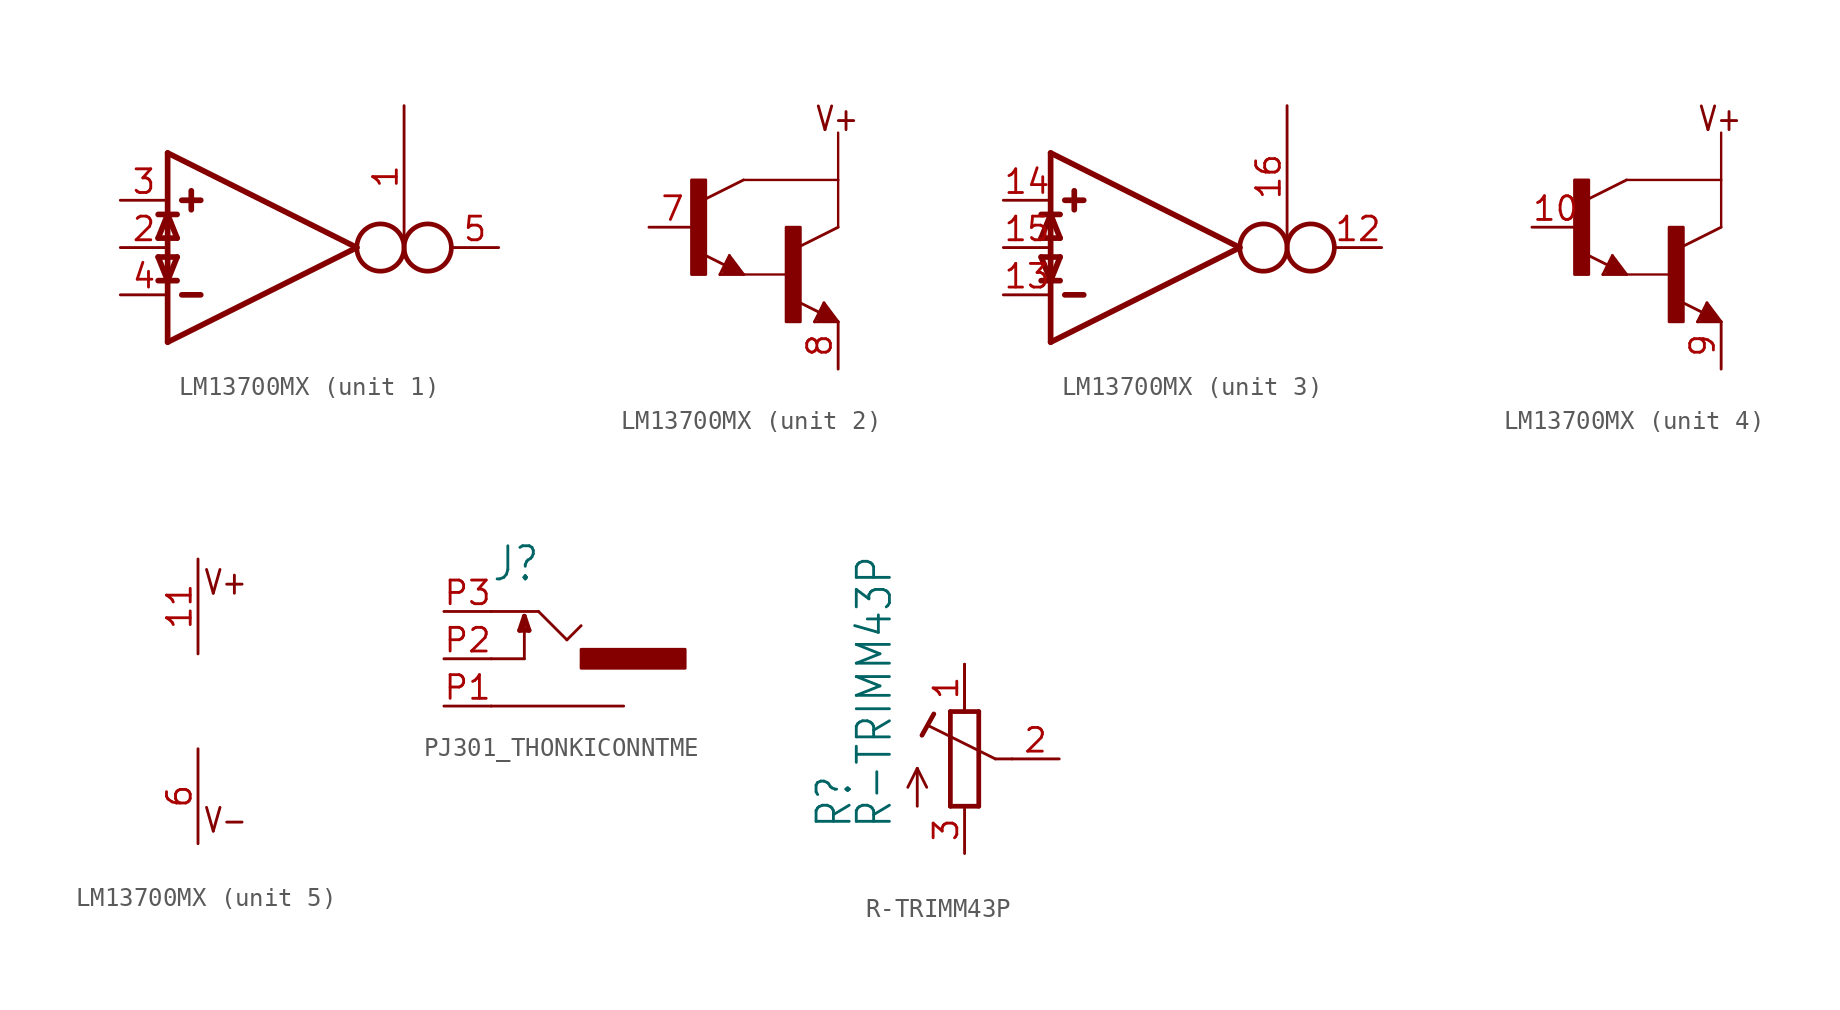
<source format=kicad_sym>
(kicad_symbol_lib
  (version 20211014)
  (generator kicad_symbol_editor)
  (symbol "LM13700MX"
    (property "Reference" "IC"
      (at 5.08 2.54 0)
      (effects (font (size 1.778 1.511)) (justify left bottom) hide))
    (property "ki_locked" ""
      (at 0 0 0)
      (effects (font (size 1.27 1.27))))
    (symbol "LM13700MX_1_0"
      (polyline (pts (xy -5.588 -0.508) (xy -5.08 -1.778)) (stroke (width 0.305) (type default) (color 0 0 0 0)) (fill (type none)))
      (polyline (pts (xy -5.588 0.508) (xy -4.572 0.508)) (stroke (width 0.305) (type default) (color 0 0 0 0)) (fill (type none)))
      (polyline (pts (xy -5.588 1.778) (xy -4.572 1.778)) (stroke (width 0.305) (type default) (color 0 0 0 0)) (fill (type none)))
      (polyline (pts (xy -5.08 -5.08) (xy 5.08 0)) (stroke (width 0.305) (type default) (color 0 0 0 0)) (fill (type none)))
      (polyline (pts (xy -5.08 -1.778) (xy -4.572 -0.508)) (stroke (width 0.305) (type default) (color 0 0 0 0)) (fill (type none)))
      (polyline (pts (xy -5.08 1.778) (xy -5.588 0.508)) (stroke (width 0.305) (type default) (color 0 0 0 0)) (fill (type none)))
      (polyline (pts (xy -5.08 5.08) (xy -5.08 -5.08)) (stroke (width 0.305) (type default) (color 0 0 0 0)) (fill (type none)))
      (polyline (pts (xy -4.572 -1.778) (xy -5.588 -1.778)) (stroke (width 0.305) (type default) (color 0 0 0 0)) (fill (type none)))
      (polyline (pts (xy -4.572 -0.508) (xy -5.588 -0.508)) (stroke (width 0.305) (type default) (color 0 0 0 0)) (fill (type none)))
      (polyline (pts (xy -4.572 0.508) (xy -5.08 1.778)) (stroke (width 0.305) (type default) (color 0 0 0 0)) (fill (type none)))
      (polyline (pts (xy -4.318 -2.54) (xy -3.302 -2.54)) (stroke (width 0.305) (type default) (color 0 0 0 0)) (fill (type none)))
      (polyline (pts (xy -4.318 2.54) (xy -3.302 2.54)) (stroke (width 0.305) (type default) (color 0 0 0 0)) (fill (type none)))
      (polyline (pts (xy -3.81 3.048) (xy -3.81 2.032)) (stroke (width 0.305) (type default) (color 0 0 0 0)) (fill (type none)))
      (polyline (pts (xy 5.08 0) (xy -5.08 5.08)) (stroke (width 0.305) (type default) (color 0 0 0 0)) (fill (type none)))
      (circle (center 6.35 0) (radius 1.27) (stroke (width 0.254) (type default) (color 0 0 0 0)) (fill (type none)))
      (circle (center 8.89 0) (radius 1.27) (stroke (width 0.254) (type default) (color 0 0 0 0)) (fill (type none)))
      (pin input line (at 7.62 7.62 270) (length 7.62) (name "I_BIAS" (effects (font (size 0 0)))) (number "1" (effects (font (size 1.27 1.27)))))
      (pin input line (at -7.62 0 0) (length 2.54) (name "I_DIODE" (effects (font (size 0 0)))) (number "2" (effects (font (size 1.27 1.27)))))
      (pin input line (at -7.62 2.54 0) (length 2.54) (name "IN_P" (effects (font (size 0 0)))) (number "3" (effects (font (size 1.27 1.27)))))
      (pin input line (at -7.62 -2.54 0) (length 2.54) (name "IN_N" (effects (font (size 0 0)))) (number "4" (effects (font (size 1.27 1.27)))))
      (pin output line (at 12.7 0 180) (length 2.54) (name "OUT" (effects (font (size 0 0)))) (number "5" (effects (font (size 1.27 1.27))))))
    (symbol "LM13700MX_2_0"
      (rectangle (start -5.334 0) (end -4.572 5.08) (stroke (width 0) (type default) (color 0 0 0 0)) (fill (type outline)))
      (rectangle (start -0.254 -2.54) (end 0.508 2.54) (stroke (width 0) (type default) (color 0 0 0 0)) (fill (type outline)))
      (polyline (pts (xy -3.81 0) (xy -3.302 1.016)) (stroke (width 0.152) (type default) (color 0 0 0 0)) (fill (type none)))
      (polyline (pts (xy -3.556 0.127) (xy -2.794 0.127)) (stroke (width 0.254) (type default) (color 0 0 0 0)) (fill (type none)))
      (polyline (pts (xy -3.556 0.254) (xy -3.175 0.254)) (stroke (width 0.254) (type default) (color 0 0 0 0)) (fill (type none)))
      (polyline (pts (xy -3.54 0.5) (xy -4.772 1.116)) (stroke (width 0.152) (type default) (color 0 0 0 0)) (fill (type none)))
      (polyline (pts (xy -3.302 0.762) (xy -3.556 0.254)) (stroke (width 0.254) (type default) (color 0 0 0 0)) (fill (type none)))
      (polyline (pts (xy -3.302 1.016) (xy -2.54 0)) (stroke (width 0.152) (type default) (color 0 0 0 0)) (fill (type none)))
      (polyline (pts (xy -3.175 0.254) (xy -3.302 0.508)) (stroke (width 0.254) (type default) (color 0 0 0 0)) (fill (type none)))
      (polyline (pts (xy -2.794 0.127) (xy -3.302 0.762)) (stroke (width 0.254) (type default) (color 0 0 0 0)) (fill (type none)))
      (polyline (pts (xy -2.54 0) (xy -3.81 0)) (stroke (width 0.152) (type default) (color 0 0 0 0)) (fill (type none)))
      (polyline (pts (xy -2.54 5.08) (xy -4.572 4.064)) (stroke (width 0.152) (type default) (color 0 0 0 0)) (fill (type none)))
      (polyline (pts (xy -2.54 5.08) (xy 2.54 5.08)) (stroke (width 0.127) (type default) (color 0 0 0 0)) (fill (type none)))
      (polyline (pts (xy 0 0) (xy -2.54 0)) (stroke (width 0.127) (type default) (color 0 0 0 0)) (fill (type none)))
      (polyline (pts (xy 1.27 -2.54) (xy 1.778 -1.524)) (stroke (width 0.152) (type default) (color 0 0 0 0)) (fill (type none)))
      (polyline (pts (xy 1.524 -2.413) (xy 2.286 -2.413)) (stroke (width 0.254) (type default) (color 0 0 0 0)) (fill (type none)))
      (polyline (pts (xy 1.524 -2.286) (xy 1.905 -2.286)) (stroke (width 0.254) (type default) (color 0 0 0 0)) (fill (type none)))
      (polyline (pts (xy 1.54 -2.04) (xy 0.308 -1.424)) (stroke (width 0.152) (type default) (color 0 0 0 0)) (fill (type none)))
      (polyline (pts (xy 1.778 -1.778) (xy 1.524 -2.286)) (stroke (width 0.254) (type default) (color 0 0 0 0)) (fill (type none)))
      (polyline (pts (xy 1.778 -1.524) (xy 2.54 -2.54)) (stroke (width 0.152) (type default) (color 0 0 0 0)) (fill (type none)))
      (polyline (pts (xy 1.905 -2.286) (xy 1.778 -2.032)) (stroke (width 0.254) (type default) (color 0 0 0 0)) (fill (type none)))
      (polyline (pts (xy 2.286 -2.413) (xy 1.778 -1.778)) (stroke (width 0.254) (type default) (color 0 0 0 0)) (fill (type none)))
      (polyline (pts (xy 2.54 -2.54) (xy 1.27 -2.54)) (stroke (width 0.152) (type default) (color 0 0 0 0)) (fill (type none)))
      (polyline (pts (xy 2.54 2.54) (xy 0.508 1.524)) (stroke (width 0.152) (type default) (color 0 0 0 0)) (fill (type none)))
      (polyline (pts (xy 2.54 2.54) (xy 2.54 5.08)) (stroke (width 0.127) (type default) (color 0 0 0 0)) (fill (type none)))
      (polyline (pts (xy 2.54 5.08) (xy 2.54 7.62)) (stroke (width 0.127) (type default) (color 0 0 0 0)) (fill (type none)))
      (text "V+" (at 1.27 7.62 0) (effects (font (size 1.27 1.079)) (justify left bottom)))
      (pin passive line (at -7.62 2.54 0) (length 2.54) (name "B" (effects (font (size 0 0)))) (number "7" (effects (font (size 1.27 1.27)))))
      (pin passive line (at 2.54 -5.08 90) (length 2.54) (name "E" (effects (font (size 0 0)))) (number "8" (effects (font (size 1.27 1.27))))))
    (symbol "LM13700MX_3_0"
      (polyline (pts (xy -5.588 -0.508) (xy -5.08 -1.778)) (stroke (width 0.305) (type default) (color 0 0 0 0)) (fill (type none)))
      (polyline (pts (xy -5.588 0.508) (xy -4.572 0.508)) (stroke (width 0.305) (type default) (color 0 0 0 0)) (fill (type none)))
      (polyline (pts (xy -5.588 1.778) (xy -4.572 1.778)) (stroke (width 0.305) (type default) (color 0 0 0 0)) (fill (type none)))
      (polyline (pts (xy -5.08 -5.08) (xy 5.08 0)) (stroke (width 0.305) (type default) (color 0 0 0 0)) (fill (type none)))
      (polyline (pts (xy -5.08 -1.778) (xy -4.572 -0.508)) (stroke (width 0.305) (type default) (color 0 0 0 0)) (fill (type none)))
      (polyline (pts (xy -5.08 1.778) (xy -5.588 0.508)) (stroke (width 0.305) (type default) (color 0 0 0 0)) (fill (type none)))
      (polyline (pts (xy -5.08 5.08) (xy -5.08 -5.08)) (stroke (width 0.305) (type default) (color 0 0 0 0)) (fill (type none)))
      (polyline (pts (xy -4.572 -1.778) (xy -5.588 -1.778)) (stroke (width 0.305) (type default) (color 0 0 0 0)) (fill (type none)))
      (polyline (pts (xy -4.572 -0.508) (xy -5.588 -0.508)) (stroke (width 0.305) (type default) (color 0 0 0 0)) (fill (type none)))
      (polyline (pts (xy -4.572 0.508) (xy -5.08 1.778)) (stroke (width 0.305) (type default) (color 0 0 0 0)) (fill (type none)))
      (polyline (pts (xy -4.318 -2.54) (xy -3.302 -2.54)) (stroke (width 0.305) (type default) (color 0 0 0 0)) (fill (type none)))
      (polyline (pts (xy -4.318 2.54) (xy -3.302 2.54)) (stroke (width 0.305) (type default) (color 0 0 0 0)) (fill (type none)))
      (polyline (pts (xy -3.81 3.048) (xy -3.81 2.032)) (stroke (width 0.305) (type default) (color 0 0 0 0)) (fill (type none)))
      (polyline (pts (xy 5.08 0) (xy -5.08 5.08)) (stroke (width 0.305) (type default) (color 0 0 0 0)) (fill (type none)))
      (circle (center 6.35 0) (radius 1.27) (stroke (width 0.254) (type default) (color 0 0 0 0)) (fill (type none)))
      (circle (center 8.89 0) (radius 1.27) (stroke (width 0.254) (type default) (color 0 0 0 0)) (fill (type none)))
      (pin output line (at 12.7 0 180) (length 2.54) (name "OUT" (effects (font (size 0 0)))) (number "12" (effects (font (size 1.27 1.27)))))
      (pin input line (at -7.62 -2.54 0) (length 2.54) (name "IN_N" (effects (font (size 0 0)))) (number "13" (effects (font (size 1.27 1.27)))))
      (pin input line (at -7.62 2.54 0) (length 2.54) (name "IN_P" (effects (font (size 0 0)))) (number "14" (effects (font (size 1.27 1.27)))))
      (pin input line (at -7.62 0 0) (length 2.54) (name "I_DIODE" (effects (font (size 0 0)))) (number "15" (effects (font (size 1.27 1.27)))))
      (pin input line (at 7.62 7.62 270) (length 7.62) (name "I_BIAS" (effects (font (size 0 0)))) (number "16" (effects (font (size 1.27 1.27))))))
    (symbol "LM13700MX_4_0"
      (rectangle (start -5.334 0) (end -4.572 5.08) (stroke (width 0) (type default) (color 0 0 0 0)) (fill (type outline)))
      (rectangle (start -0.254 -2.54) (end 0.508 2.54) (stroke (width 0) (type default) (color 0 0 0 0)) (fill (type outline)))
      (polyline (pts (xy -3.81 0) (xy -3.302 1.016)) (stroke (width 0.152) (type default) (color 0 0 0 0)) (fill (type none)))
      (polyline (pts (xy -3.556 0.127) (xy -2.794 0.127)) (stroke (width 0.254) (type default) (color 0 0 0 0)) (fill (type none)))
      (polyline (pts (xy -3.556 0.254) (xy -3.175 0.254)) (stroke (width 0.254) (type default) (color 0 0 0 0)) (fill (type none)))
      (polyline (pts (xy -3.54 0.5) (xy -4.772 1.116)) (stroke (width 0.152) (type default) (color 0 0 0 0)) (fill (type none)))
      (polyline (pts (xy -3.302 0.762) (xy -3.556 0.254)) (stroke (width 0.254) (type default) (color 0 0 0 0)) (fill (type none)))
      (polyline (pts (xy -3.302 1.016) (xy -2.54 0)) (stroke (width 0.152) (type default) (color 0 0 0 0)) (fill (type none)))
      (polyline (pts (xy -3.175 0.254) (xy -3.302 0.508)) (stroke (width 0.254) (type default) (color 0 0 0 0)) (fill (type none)))
      (polyline (pts (xy -2.794 0.127) (xy -3.302 0.762)) (stroke (width 0.254) (type default) (color 0 0 0 0)) (fill (type none)))
      (polyline (pts (xy -2.54 0) (xy -3.81 0)) (stroke (width 0.152) (type default) (color 0 0 0 0)) (fill (type none)))
      (polyline (pts (xy -2.54 5.08) (xy -4.572 4.064)) (stroke (width 0.152) (type default) (color 0 0 0 0)) (fill (type none)))
      (polyline (pts (xy -2.54 5.08) (xy 2.54 5.08)) (stroke (width 0.127) (type default) (color 0 0 0 0)) (fill (type none)))
      (polyline (pts (xy 0 0) (xy -2.54 0)) (stroke (width 0.127) (type default) (color 0 0 0 0)) (fill (type none)))
      (polyline (pts (xy 1.27 -2.54) (xy 1.778 -1.524)) (stroke (width 0.152) (type default) (color 0 0 0 0)) (fill (type none)))
      (polyline (pts (xy 1.524 -2.413) (xy 2.286 -2.413)) (stroke (width 0.254) (type default) (color 0 0 0 0)) (fill (type none)))
      (polyline (pts (xy 1.524 -2.286) (xy 1.905 -2.286)) (stroke (width 0.254) (type default) (color 0 0 0 0)) (fill (type none)))
      (polyline (pts (xy 1.54 -2.04) (xy 0.308 -1.424)) (stroke (width 0.152) (type default) (color 0 0 0 0)) (fill (type none)))
      (polyline (pts (xy 1.778 -1.778) (xy 1.524 -2.286)) (stroke (width 0.254) (type default) (color 0 0 0 0)) (fill (type none)))
      (polyline (pts (xy 1.778 -1.524) (xy 2.54 -2.54)) (stroke (width 0.152) (type default) (color 0 0 0 0)) (fill (type none)))
      (polyline (pts (xy 1.905 -2.286) (xy 1.778 -2.032)) (stroke (width 0.254) (type default) (color 0 0 0 0)) (fill (type none)))
      (polyline (pts (xy 2.286 -2.413) (xy 1.778 -1.778)) (stroke (width 0.254) (type default) (color 0 0 0 0)) (fill (type none)))
      (polyline (pts (xy 2.54 -2.54) (xy 1.27 -2.54)) (stroke (width 0.152) (type default) (color 0 0 0 0)) (fill (type none)))
      (polyline (pts (xy 2.54 2.54) (xy 0.508 1.524)) (stroke (width 0.152) (type default) (color 0 0 0 0)) (fill (type none)))
      (polyline (pts (xy 2.54 2.54) (xy 2.54 5.08)) (stroke (width 0.127) (type default) (color 0 0 0 0)) (fill (type none)))
      (polyline (pts (xy 2.54 5.08) (xy 2.54 7.62)) (stroke (width 0.127) (type default) (color 0 0 0 0)) (fill (type none)))
      (text "V+" (at 1.27 7.62 0) (effects (font (size 1.27 1.079)) (justify left bottom)))
      (pin passive line (at -7.62 2.54 0) (length 2.54) (name "B" (effects (font (size 0 0)))) (number "10" (effects (font (size 1.27 1.27)))))
      (pin passive line (at 2.54 -5.08 90) (length 2.54) (name "E" (effects (font (size 0 0)))) (number "9" (effects (font (size 1.27 1.27))))))
    (symbol "LM13700MX_5_0"
      (text "V+" (at 0.254 7.112 0) (effects (font (size 1.27 1.079)) (justify left top)))
      (text "V-" (at 0.254 -7.112 0) (effects (font (size 1.27 1.079)) (justify left bottom)))
      (pin power_in line (at 0 7.62 270) (length 5.08) (name "V+" (effects (font (size 0 0)))) (number "11" (effects (font (size 1.27 1.27)))))
      (pin power_in line (at 0 -7.62 90) (length 5.08) (name "V-" (effects (font (size 0 0)))) (number "6" (effects (font (size 1.27 1.27)))))))
  (symbol "PJ301_THONKICONNTME"
    (property "Reference" "J"
      (at -2.54 4.064 0)
      (effects (font (size 1.778 1.511)) (justify left bottom)))
    (property "ki_locked" ""
      (at 0 0 0)
      (effects (font (size 1.27 1.27))))
    (symbol "PJ301_THONKICONNTME_1_0"
      (polyline (pts (xy -2.54 -2.54) (xy 4.572 -2.54)) (stroke (width 0.152) (type default) (color 0 0 0 0)) (fill (type none)))
      (polyline (pts (xy -2.54 0) (xy -0.762 0)) (stroke (width 0.152) (type default) (color 0 0 0 0)) (fill (type none)))
      (polyline (pts (xy -2.54 2.54) (xy 0 2.54)) (stroke (width 0.152) (type default) (color 0 0 0 0)) (fill (type none)))
      (polyline (pts (xy -1.016 1.524) (xy -0.508 1.524)) (stroke (width 0.254) (type default) (color 0 0 0 0)) (fill (type none)))
      (polyline (pts (xy -0.762 0) (xy -0.762 2.286)) (stroke (width 0.152) (type default) (color 0 0 0 0)) (fill (type none)))
      (polyline (pts (xy -0.762 2.286) (xy -1.016 1.524)) (stroke (width 0.254) (type default) (color 0 0 0 0)) (fill (type none)))
      (polyline (pts (xy -0.508 1.524) (xy -0.762 2.286)) (stroke (width 0.254) (type default) (color 0 0 0 0)) (fill (type none)))
      (polyline (pts (xy 0 2.54) (xy 1.524 1.016)) (stroke (width 0.152) (type default) (color 0 0 0 0)) (fill (type none)))
      (polyline (pts (xy 1.524 1.016) (xy 2.286 1.778)) (stroke (width 0.152) (type default) (color 0 0 0 0)) (fill (type none)))
      (rectangle (start 2.286 -0.508) (end 7.874 0.508) (stroke (width 0) (type default) (color 0 0 0 0)) (fill (type outline)))
      (pin passive line (at -5.08 -2.54 0) (length 2.54) (name "1" (effects (font (size 0 0)))) (number "P1" (effects (font (size 1.27 1.27)))))
      (pin passive line (at -5.08 0 0) (length 2.54) (name "2" (effects (font (size 0 0)))) (number "P2" (effects (font (size 1.27 1.27)))))
      (pin passive line (at -5.08 2.54 0) (length 2.54) (name "3" (effects (font (size 0 0)))) (number "P3" (effects (font (size 1.27 1.27)))))))
  (symbol "R-TRIMM43P"
    (property "Reference" "R"
      (at -5.969 -3.81 90)
      (effects (font (size 1.778 1.511)) (justify left bottom)))
    (property "Value" "R-TRIMM43P"
      (at -3.81 -3.81 90)
      (effects (font (size 1.778 1.511)) (justify left bottom)))
    (property "ki_locked" ""
      (at 0 0 0)
      (effects (font (size 1.27 1.27))))
    (symbol "R-TRIMM43P_1_0"
      (polyline (pts (xy -2.54 -2.54) (xy -2.54 -0.508)) (stroke (width 0.152) (type default) (color 0 0 0 0)) (fill (type none)))
      (polyline (pts (xy -2.54 -0.508) (xy -3.048 -1.524)) (stroke (width 0.152) (type default) (color 0 0 0 0)) (fill (type none)))
      (polyline (pts (xy -2.54 -0.508) (xy -2.032 -1.524)) (stroke (width 0.152) (type default) (color 0 0 0 0)) (fill (type none)))
      (polyline (pts (xy -2.286 1.27) (xy -1.651 2.413)) (stroke (width 0.254) (type default) (color 0 0 0 0)) (fill (type none)))
      (polyline (pts (xy -0.762 -2.54) (xy 0.762 -2.54)) (stroke (width 0.254) (type default) (color 0 0 0 0)) (fill (type none)))
      (polyline (pts (xy -0.762 2.54) (xy -0.762 -2.54)) (stroke (width 0.254) (type default) (color 0 0 0 0)) (fill (type none)))
      (polyline (pts (xy 0 2.54) (xy -0.762 2.54)) (stroke (width 0.254) (type default) (color 0 0 0 0)) (fill (type none)))
      (polyline (pts (xy 0 2.54) (xy 0 5.08)) (stroke (width 0.152) (type default) (color 0 0 0 0)) (fill (type none)))
      (polyline (pts (xy 0.762 -2.54) (xy 0.762 2.54)) (stroke (width 0.254) (type default) (color 0 0 0 0)) (fill (type none)))
      (polyline (pts (xy 0.762 2.54) (xy 0 2.54)) (stroke (width 0.254) (type default) (color 0 0 0 0)) (fill (type none)))
      (polyline (pts (xy 1.651 0) (xy -1.88 1.753)) (stroke (width 0.152) (type default) (color 0 0 0 0)) (fill (type none)))
      (polyline (pts (xy 2.54 0) (xy 1.651 0)) (stroke (width 0.152) (type default) (color 0 0 0 0)) (fill (type none)))
      (pin passive line (at 0 5.08 270) (length 2.54) (name "A" (effects (font (size 0 0)))) (number "1" (effects (font (size 1.27 1.27)))))
      (pin passive line (at 5.08 0 180) (length 2.54) (name "S" (effects (font (size 0 0)))) (number "2" (effects (font (size 1.27 1.27)))))
      (pin passive line (at 0 -5.08 90) (length 2.54) (name "E" (effects (font (size 0 0)))) (number "3" (effects (font (size 1.27 1.27))))))))
</source>
